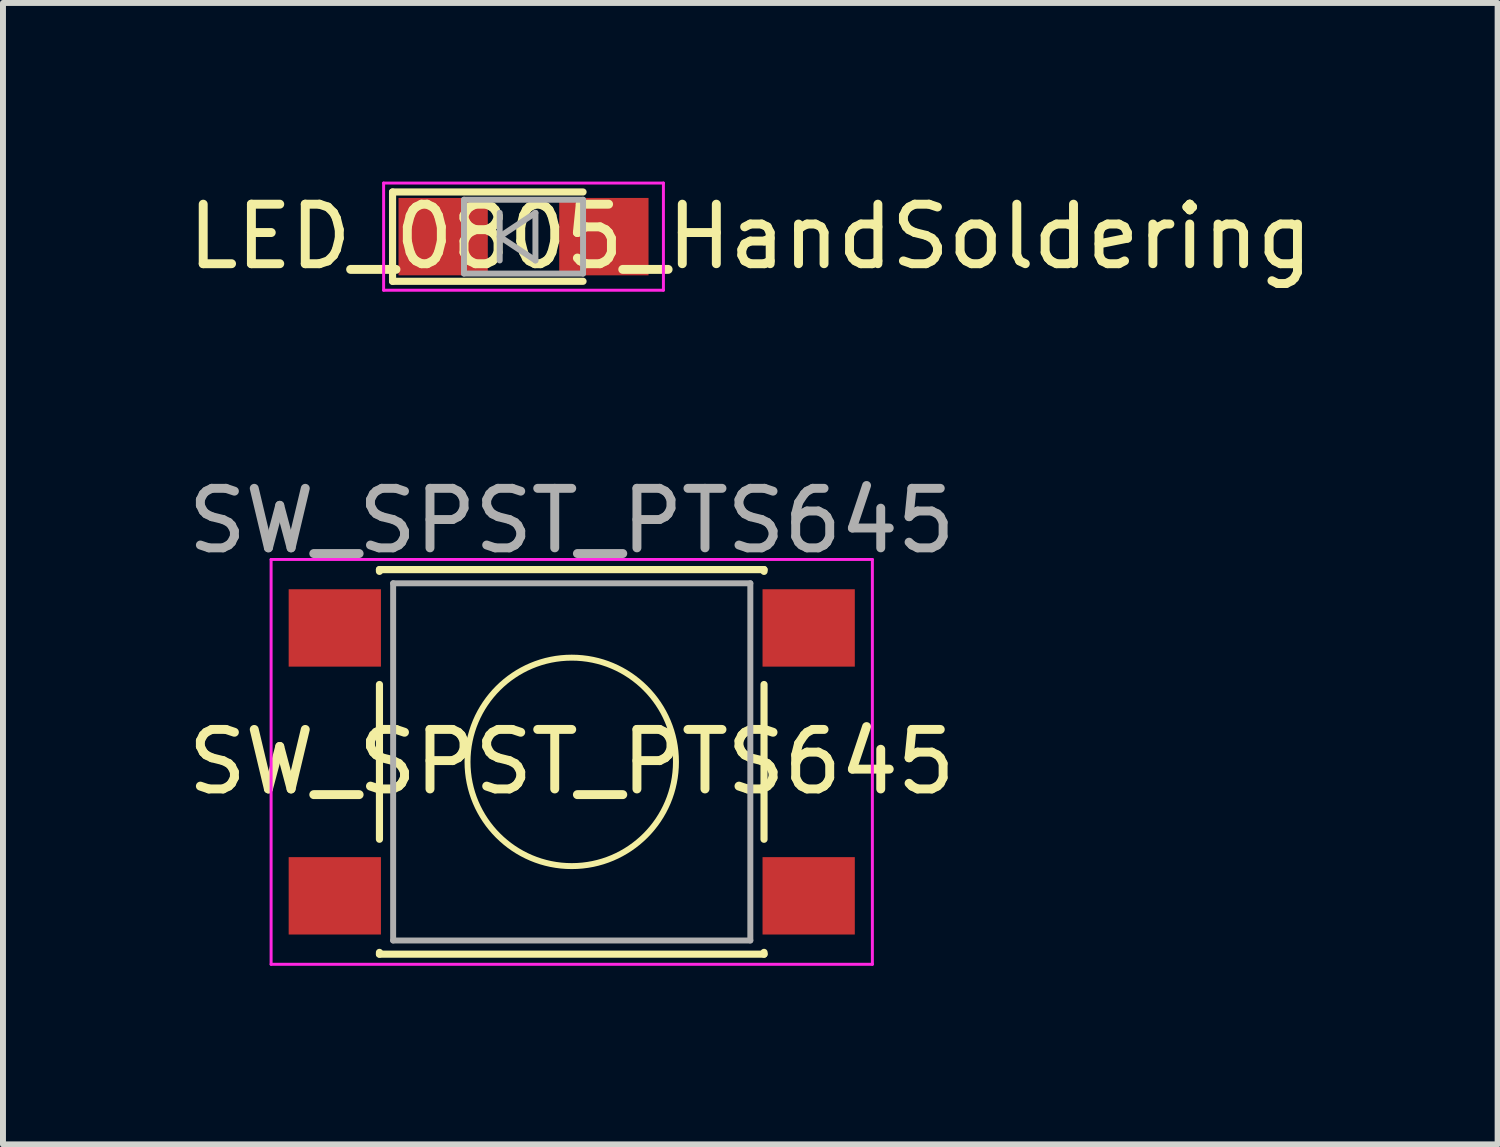
<source format=kicad_pcb>
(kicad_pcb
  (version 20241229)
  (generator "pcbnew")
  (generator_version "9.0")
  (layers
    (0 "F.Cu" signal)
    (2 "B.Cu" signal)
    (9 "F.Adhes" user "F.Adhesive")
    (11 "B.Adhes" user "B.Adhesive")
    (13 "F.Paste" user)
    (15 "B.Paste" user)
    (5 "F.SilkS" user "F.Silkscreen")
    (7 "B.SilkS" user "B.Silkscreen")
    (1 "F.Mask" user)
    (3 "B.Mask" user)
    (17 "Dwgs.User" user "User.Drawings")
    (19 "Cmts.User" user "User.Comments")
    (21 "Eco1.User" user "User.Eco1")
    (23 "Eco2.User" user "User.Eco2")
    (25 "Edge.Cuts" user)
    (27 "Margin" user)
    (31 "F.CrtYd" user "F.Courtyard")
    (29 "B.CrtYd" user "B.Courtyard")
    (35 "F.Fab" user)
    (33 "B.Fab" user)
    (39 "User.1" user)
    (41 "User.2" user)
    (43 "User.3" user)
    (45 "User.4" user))
  (footprint "SW_SPST_PTS645"
    (layer "F.Cu")
    (at 6.554 9.748)
    (property "Reference" "SW_SPST_PTS645" (at 0 0 0) (layer "F.SilkS") (effects (font (size 1 1) (thickness 0.15))))
    (attr smd)
    (fp_line (start -3.23 -3.23) (end 3.23 -3.23) (stroke (width 0.12) (type solid)) (layer "F.SilkS"))
    (fp_line (start -3.23 -3.2) (end -3.23 -3.23) (stroke (width 0.12) (type solid)) (layer "F.SilkS"))
    (fp_line (start -3.23 -1.3) (end -3.23 1.3) (stroke (width 0.12) (type solid)) (layer "F.SilkS"))
    (fp_line (start -3.23 3.23) (end -3.23 3.2) (stroke (width 0.12) (type solid)) (layer "F.SilkS"))
    (fp_line (start -3.23 3.23) (end 3.23 3.23) (stroke (width 0.12) (type solid)) (layer "F.SilkS"))
    (fp_line (start 3.23 -3.23) (end 3.23 -3.2) (stroke (width 0.12) (type solid)) (layer "F.SilkS"))
    (fp_line (start 3.23 -1.3) (end 3.23 1.3) (stroke (width 0.12) (type solid)) (layer "F.SilkS"))
    (fp_line (start 3.23 3.23) (end 3.23 3.2) (stroke (width 0.12) (type solid)) (layer "F.SilkS"))
    (fp_circle (center 0 0) (end 1.75 -0.05) (stroke (width 0.1) (type solid)) (fill no) (layer "F.SilkS"))
    (fp_line (start -5.05 -3.4) (end -5.05 3.4) (stroke (width 0.05) (type solid)) (layer "F.CrtYd"))
    (fp_line (start -5.05 -3.4) (end 5.05 -3.4) (stroke (width 0.05) (type solid)) (layer "F.CrtYd"))
    (fp_line (start -5.05 3.4) (end 5.05 3.4) (stroke (width 0.05) (type solid)) (layer "F.CrtYd"))
    (fp_line (start 5.05 3.4) (end 5.05 -3.4) (stroke (width 0.05) (type solid)) (layer "F.CrtYd"))
    (fp_line (start -3 -3) (end -3 3) (stroke (width 0.1) (type solid)) (layer "F.Fab"))
    (fp_line (start -3 3) (end 3 3) (stroke (width 0.1) (type solid)) (layer "F.Fab"))
    (fp_line (start 3 -3) (end -3 -3) (stroke (width 0.1) (type solid)) (layer "F.Fab"))
    (fp_line (start 3 3) (end 3 -3) (stroke (width 0.1) (type solid)) (layer "F.Fab"))
    (fp_text user "${REFERENCE}" (at 0 -4.05 0) (layer "F.Fab") (effects (font (size 1 1) (thickness 0.15))))
    (pad "1" smd rect (at -3.98 -2.25) (size 1.55 1.3) (layers "F.Cu" "F.Mask" "F.Paste"))
    (pad "1" smd rect (at 3.98 -2.25) (size 1.55 1.3) (layers "F.Cu" "F.Mask" "F.Paste"))
    (pad "2" smd rect (at -3.98 2.25) (size 1.55 1.3) (layers "F.Cu" "F.Mask" "F.Paste"))
    (pad "2" smd rect (at 3.98 2.25) (size 1.55 1.3) (layers "F.Cu" "F.Mask" "F.Paste")))
  (footprint "LED_0805_HandSoldering"
    (layer "F.Cu")
    (at 5.744 0.925)
    (property "Reference" "LED_0805_HandSoldering" (at 3.81 0 0) (layer "F.SilkS") (effects (font (size 1 1) (thickness 0.15))))
    (attr smd)
    (fp_line (start -2.2 -0.75) (end -2.2 0.75) (stroke (width 0.12) (type solid)) (layer "F.SilkS"))
    (fp_line (start -2.2 -0.75) (end 1 -0.75) (stroke (width 0.12) (type solid)) (layer "F.SilkS"))
    (fp_line (start 1 0.75) (end -2.2 0.75) (stroke (width 0.12) (type solid)) (layer "F.SilkS"))
    (fp_line (start -2.35 -0.9) (end -2.35 0.9) (stroke (width 0.05) (type solid)) (layer "F.CrtYd"))
    (fp_line (start -2.35 -0.9) (end 2.35 -0.9) (stroke (width 0.05) (type solid)) (layer "F.CrtYd"))
    (fp_line (start 2.35 0.9) (end -2.35 0.9) (stroke (width 0.05) (type solid)) (layer "F.CrtYd"))
    (fp_line (start 2.35 0.9) (end 2.35 -0.9) (stroke (width 0.05) (type solid)) (layer "F.CrtYd"))
    (fp_line (start -1 -0.62) (end 1 -0.62) (stroke (width 0.1) (type solid)) (layer "F.Fab"))
    (fp_line (start -1 0.62) (end -1 -0.62) (stroke (width 0.1) (type solid)) (layer "F.Fab"))
    (fp_line (start -0.4 -0.4) (end -0.4 0.4) (stroke (width 0.1) (type solid)) (layer "F.Fab"))
    (fp_line (start -0.4 0) (end 0.2 -0.4) (stroke (width 0.1) (type solid)) (layer "F.Fab"))
    (fp_line (start 0.2 -0.4) (end 0.2 0.4) (stroke (width 0.1) (type solid)) (layer "F.Fab"))
    (fp_line (start 0.2 0.4) (end -0.4 0) (stroke (width 0.1) (type solid)) (layer "F.Fab"))
    (fp_line (start 1 -0.62) (end 1 0.62) (stroke (width 0.1) (type solid)) (layer "F.Fab"))
    (fp_line (start 1 0.62) (end -1 0.62) (stroke (width 0.1) (type solid)) (layer "F.Fab"))
    (pad "1" smd rect (at -1.35 0) (size 1.5 1.3) (layers "F.Cu" "F.Mask" "F.Paste"))
    (pad "2" smd rect (at 1.35 0) (size 1.5 1.3) (layers "F.Cu" "F.Mask" "F.Paste")))
  (gr_rect
    (start -3 -3)
    (end 22.107 16.173)
    (stroke (width 0.1) (type default))
    (fill no)
    (layer "Edge.Cuts")))
</source>
